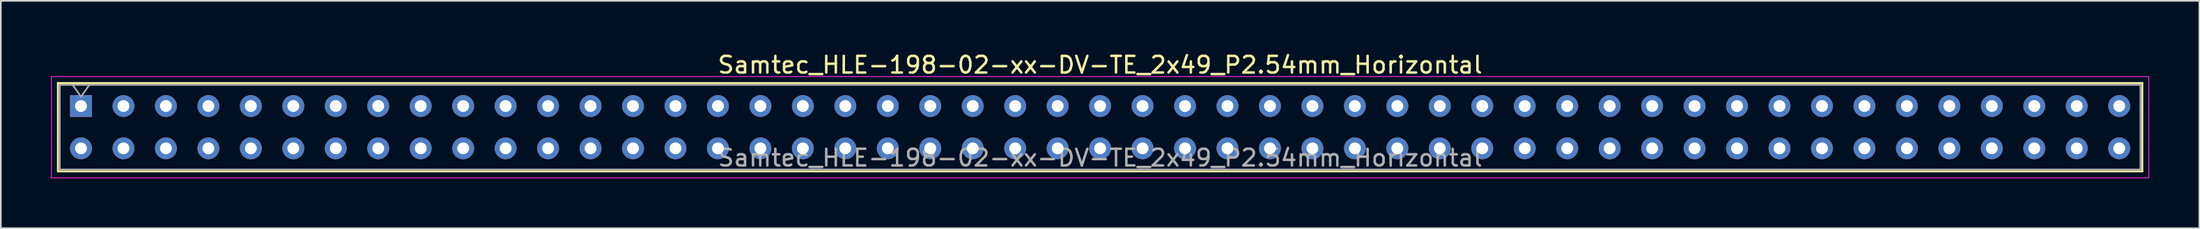
<source format=kicad_pcb>
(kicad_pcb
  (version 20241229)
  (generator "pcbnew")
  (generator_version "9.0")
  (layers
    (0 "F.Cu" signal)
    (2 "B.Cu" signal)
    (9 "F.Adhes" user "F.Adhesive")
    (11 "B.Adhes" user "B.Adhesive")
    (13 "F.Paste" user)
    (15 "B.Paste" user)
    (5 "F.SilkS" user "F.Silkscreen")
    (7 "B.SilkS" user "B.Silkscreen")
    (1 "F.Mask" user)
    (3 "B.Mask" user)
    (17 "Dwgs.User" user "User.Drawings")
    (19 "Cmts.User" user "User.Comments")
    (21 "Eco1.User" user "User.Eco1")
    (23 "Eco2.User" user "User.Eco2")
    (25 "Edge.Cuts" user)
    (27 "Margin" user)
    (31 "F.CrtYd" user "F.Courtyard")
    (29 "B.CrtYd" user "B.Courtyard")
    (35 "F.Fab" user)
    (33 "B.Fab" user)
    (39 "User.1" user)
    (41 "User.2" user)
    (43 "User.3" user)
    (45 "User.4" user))
  (footprint "Samtec_HLE-198-02-xx-DV-TE_2x49_P2.54mm_Horizontal"
    (layer "F.Cu")
    (at 1.795 3.318)
    (property "Reference" "Samtec_HLE-198-02-xx-DV-TE_2x49_P2.54mm_Horizontal" (at 60.96 -2.47 0) (layer "F.SilkS") (effects (font (size 1 1) (thickness 0.15))))
    (attr through_hole)
    (fp_line (start -1.38 -1.38) (end 123.3 -1.38) (stroke (width 0.12) (type solid)) (layer "F.SilkS"))
    (fp_line (start -1.38 3.92) (end -1.38 -1.38) (stroke (width 0.12) (type solid)) (layer "F.SilkS"))
    (fp_line (start 123.3 -1.38) (end 123.3 3.92) (stroke (width 0.12) (type solid)) (layer "F.SilkS"))
    (fp_line (start 123.3 3.92) (end -1.38 3.92) (stroke (width 0.12) (type solid)) (layer "F.SilkS"))
    (fp_line (start -1.77 -1.77) (end 123.69 -1.77) (stroke (width 0.05) (type solid)) (layer "F.CrtYd"))
    (fp_line (start -1.77 4.31) (end -1.77 -1.77) (stroke (width 0.05) (type solid)) (layer "F.CrtYd"))
    (fp_line (start 123.69 -1.77) (end 123.69 4.31) (stroke (width 0.05) (type solid)) (layer "F.CrtYd"))
    (fp_line (start 123.69 4.31) (end -1.77 4.31) (stroke (width 0.05) (type solid)) (layer "F.CrtYd"))
    (fp_line (start -1.27 -1.27) (end 123.19 -1.27) (stroke (width 0.1) (type solid)) (layer "F.Fab"))
    (fp_line (start -1.27 3.81) (end -1.27 -1.27) (stroke (width 0.1) (type solid)) (layer "F.Fab"))
    (fp_line (start -0.5 -1.27) (end 0 -0.563) (stroke (width 0.1) (type solid)) (layer "F.Fab"))
    (fp_line (start 0 -0.563) (end 0.5 -1.27) (stroke (width 0.1) (type solid)) (layer "F.Fab"))
    (fp_line (start 123.19 -1.27) (end 123.19 3.81) (stroke (width 0.1) (type solid)) (layer "F.Fab"))
    (fp_line (start 123.19 3.81) (end -1.27 3.81) (stroke (width 0.1) (type solid)) (layer "F.Fab"))
    (fp_text user "${REFERENCE}" (at 60.96 3.11 0) (layer "F.Fab") (effects (font (size 1 1) (thickness 0.15))))
    (pad "1" thru_hole rect (at 0 0) (size 1.31 1.31) (drill 0.71) (layers "*.Cu" "*.Mask"))
    (pad "2" thru_hole circle (at 0 2.54) (size 1.31 1.31) (drill 0.71) (layers "*.Cu" "*.Mask"))
    (pad "3" thru_hole circle (at 2.54 0) (size 1.31 1.31) (drill 0.71) (layers "*.Cu" "*.Mask"))
    (pad "4" thru_hole circle (at 2.54 2.54) (size 1.31 1.31) (drill 0.71) (layers "*.Cu" "*.Mask"))
    (pad "5" thru_hole circle (at 5.08 0) (size 1.31 1.31) (drill 0.71) (layers "*.Cu" "*.Mask"))
    (pad "6" thru_hole circle (at 5.08 2.54) (size 1.31 1.31) (drill 0.71) (layers "*.Cu" "*.Mask"))
    (pad "7" thru_hole circle (at 7.62 0) (size 1.31 1.31) (drill 0.71) (layers "*.Cu" "*.Mask"))
    (pad "8" thru_hole circle (at 7.62 2.54) (size 1.31 1.31) (drill 0.71) (layers "*.Cu" "*.Mask"))
    (pad "9" thru_hole circle (at 10.16 0) (size 1.31 1.31) (drill 0.71) (layers "*.Cu" "*.Mask"))
    (pad "10" thru_hole circle (at 10.16 2.54) (size 1.31 1.31) (drill 0.71) (layers "*.Cu" "*.Mask"))
    (pad "11" thru_hole circle (at 12.7 0) (size 1.31 1.31) (drill 0.71) (layers "*.Cu" "*.Mask"))
    (pad "12" thru_hole circle (at 12.7 2.54) (size 1.31 1.31) (drill 0.71) (layers "*.Cu" "*.Mask"))
    (pad "13" thru_hole circle (at 15.24 0) (size 1.31 1.31) (drill 0.71) (layers "*.Cu" "*.Mask"))
    (pad "14" thru_hole circle (at 15.24 2.54) (size 1.31 1.31) (drill 0.71) (layers "*.Cu" "*.Mask"))
    (pad "15" thru_hole circle (at 17.78 0) (size 1.31 1.31) (drill 0.71) (layers "*.Cu" "*.Mask"))
    (pad "16" thru_hole circle (at 17.78 2.54) (size 1.31 1.31) (drill 0.71) (layers "*.Cu" "*.Mask"))
    (pad "17" thru_hole circle (at 20.32 0) (size 1.31 1.31) (drill 0.71) (layers "*.Cu" "*.Mask"))
    (pad "18" thru_hole circle (at 20.32 2.54) (size 1.31 1.31) (drill 0.71) (layers "*.Cu" "*.Mask"))
    (pad "19" thru_hole circle (at 22.86 0) (size 1.31 1.31) (drill 0.71) (layers "*.Cu" "*.Mask"))
    (pad "20" thru_hole circle (at 22.86 2.54) (size 1.31 1.31) (drill 0.71) (layers "*.Cu" "*.Mask"))
    (pad "21" thru_hole circle (at 25.4 0) (size 1.31 1.31) (drill 0.71) (layers "*.Cu" "*.Mask"))
    (pad "22" thru_hole circle (at 25.4 2.54) (size 1.31 1.31) (drill 0.71) (layers "*.Cu" "*.Mask"))
    (pad "23" thru_hole circle (at 27.94 0) (size 1.31 1.31) (drill 0.71) (layers "*.Cu" "*.Mask"))
    (pad "24" thru_hole circle (at 27.94 2.54) (size 1.31 1.31) (drill 0.71) (layers "*.Cu" "*.Mask"))
    (pad "25" thru_hole circle (at 30.48 0) (size 1.31 1.31) (drill 0.71) (layers "*.Cu" "*.Mask"))
    (pad "26" thru_hole circle (at 30.48 2.54) (size 1.31 1.31) (drill 0.71) (layers "*.Cu" "*.Mask"))
    (pad "27" thru_hole circle (at 33.02 0) (size 1.31 1.31) (drill 0.71) (layers "*.Cu" "*.Mask"))
    (pad "28" thru_hole circle (at 33.02 2.54) (size 1.31 1.31) (drill 0.71) (layers "*.Cu" "*.Mask"))
    (pad "29" thru_hole circle (at 35.56 0) (size 1.31 1.31) (drill 0.71) (layers "*.Cu" "*.Mask"))
    (pad "30" thru_hole circle (at 35.56 2.54) (size 1.31 1.31) (drill 0.71) (layers "*.Cu" "*.Mask"))
    (pad "31" thru_hole circle (at 38.1 0) (size 1.31 1.31) (drill 0.71) (layers "*.Cu" "*.Mask"))
    (pad "32" thru_hole circle (at 38.1 2.54) (size 1.31 1.31) (drill 0.71) (layers "*.Cu" "*.Mask"))
    (pad "33" thru_hole circle (at 40.64 0) (size 1.31 1.31) (drill 0.71) (layers "*.Cu" "*.Mask"))
    (pad "34" thru_hole circle (at 40.64 2.54) (size 1.31 1.31) (drill 0.71) (layers "*.Cu" "*.Mask"))
    (pad "35" thru_hole circle (at 43.18 0) (size 1.31 1.31) (drill 0.71) (layers "*.Cu" "*.Mask"))
    (pad "36" thru_hole circle (at 43.18 2.54) (size 1.31 1.31) (drill 0.71) (layers "*.Cu" "*.Mask"))
    (pad "37" thru_hole circle (at 45.72 0) (size 1.31 1.31) (drill 0.71) (layers "*.Cu" "*.Mask"))
    (pad "38" thru_hole circle (at 45.72 2.54) (size 1.31 1.31) (drill 0.71) (layers "*.Cu" "*.Mask"))
    (pad "39" thru_hole circle (at 48.26 0) (size 1.31 1.31) (drill 0.71) (layers "*.Cu" "*.Mask"))
    (pad "40" thru_hole circle (at 48.26 2.54) (size 1.31 1.31) (drill 0.71) (layers "*.Cu" "*.Mask"))
    (pad "41" thru_hole circle (at 50.8 0) (size 1.31 1.31) (drill 0.71) (layers "*.Cu" "*.Mask"))
    (pad "42" thru_hole circle (at 50.8 2.54) (size 1.31 1.31) (drill 0.71) (layers "*.Cu" "*.Mask"))
    (pad "43" thru_hole circle (at 53.34 0) (size 1.31 1.31) (drill 0.71) (layers "*.Cu" "*.Mask"))
    (pad "44" thru_hole circle (at 53.34 2.54) (size 1.31 1.31) (drill 0.71) (layers "*.Cu" "*.Mask"))
    (pad "45" thru_hole circle (at 55.88 0) (size 1.31 1.31) (drill 0.71) (layers "*.Cu" "*.Mask"))
    (pad "46" thru_hole circle (at 55.88 2.54) (size 1.31 1.31) (drill 0.71) (layers "*.Cu" "*.Mask"))
    (pad "47" thru_hole circle (at 58.42 0) (size 1.31 1.31) (drill 0.71) (layers "*.Cu" "*.Mask"))
    (pad "48" thru_hole circle (at 58.42 2.54) (size 1.31 1.31) (drill 0.71) (layers "*.Cu" "*.Mask"))
    (pad "49" thru_hole circle (at 60.96 0) (size 1.31 1.31) (drill 0.71) (layers "*.Cu" "*.Mask"))
    (pad "50" thru_hole circle (at 60.96 2.54) (size 1.31 1.31) (drill 0.71) (layers "*.Cu" "*.Mask"))
    (pad "51" thru_hole circle (at 63.5 0) (size 1.31 1.31) (drill 0.71) (layers "*.Cu" "*.Mask"))
    (pad "52" thru_hole circle (at 63.5 2.54) (size 1.31 1.31) (drill 0.71) (layers "*.Cu" "*.Mask"))
    (pad "53" thru_hole circle (at 66.04 0) (size 1.31 1.31) (drill 0.71) (layers "*.Cu" "*.Mask"))
    (pad "54" thru_hole circle (at 66.04 2.54) (size 1.31 1.31) (drill 0.71) (layers "*.Cu" "*.Mask"))
    (pad "55" thru_hole circle (at 68.58 0) (size 1.31 1.31) (drill 0.71) (layers "*.Cu" "*.Mask"))
    (pad "56" thru_hole circle (at 68.58 2.54) (size 1.31 1.31) (drill 0.71) (layers "*.Cu" "*.Mask"))
    (pad "57" thru_hole circle (at 71.12 0) (size 1.31 1.31) (drill 0.71) (layers "*.Cu" "*.Mask"))
    (pad "58" thru_hole circle (at 71.12 2.54) (size 1.31 1.31) (drill 0.71) (layers "*.Cu" "*.Mask"))
    (pad "59" thru_hole circle (at 73.66 0) (size 1.31 1.31) (drill 0.71) (layers "*.Cu" "*.Mask"))
    (pad "60" thru_hole circle (at 73.66 2.54) (size 1.31 1.31) (drill 0.71) (layers "*.Cu" "*.Mask"))
    (pad "61" thru_hole circle (at 76.2 0) (size 1.31 1.31) (drill 0.71) (layers "*.Cu" "*.Mask"))
    (pad "62" thru_hole circle (at 76.2 2.54) (size 1.31 1.31) (drill 0.71) (layers "*.Cu" "*.Mask"))
    (pad "63" thru_hole circle (at 78.74 0) (size 1.31 1.31) (drill 0.71) (layers "*.Cu" "*.Mask"))
    (pad "64" thru_hole circle (at 78.74 2.54) (size 1.31 1.31) (drill 0.71) (layers "*.Cu" "*.Mask"))
    (pad "65" thru_hole circle (at 81.28 0) (size 1.31 1.31) (drill 0.71) (layers "*.Cu" "*.Mask"))
    (pad "66" thru_hole circle (at 81.28 2.54) (size 1.31 1.31) (drill 0.71) (layers "*.Cu" "*.Mask"))
    (pad "67" thru_hole circle (at 83.82 0) (size 1.31 1.31) (drill 0.71) (layers "*.Cu" "*.Mask"))
    (pad "68" thru_hole circle (at 83.82 2.54) (size 1.31 1.31) (drill 0.71) (layers "*.Cu" "*.Mask"))
    (pad "69" thru_hole circle (at 86.36 0) (size 1.31 1.31) (drill 0.71) (layers "*.Cu" "*.Mask"))
    (pad "70" thru_hole circle (at 86.36 2.54) (size 1.31 1.31) (drill 0.71) (layers "*.Cu" "*.Mask"))
    (pad "71" thru_hole circle (at 88.9 0) (size 1.31 1.31) (drill 0.71) (layers "*.Cu" "*.Mask"))
    (pad "72" thru_hole circle (at 88.9 2.54) (size 1.31 1.31) (drill 0.71) (layers "*.Cu" "*.Mask"))
    (pad "73" thru_hole circle (at 91.44 0) (size 1.31 1.31) (drill 0.71) (layers "*.Cu" "*.Mask"))
    (pad "74" thru_hole circle (at 91.44 2.54) (size 1.31 1.31) (drill 0.71) (layers "*.Cu" "*.Mask"))
    (pad "75" thru_hole circle (at 93.98 0) (size 1.31 1.31) (drill 0.71) (layers "*.Cu" "*.Mask"))
    (pad "76" thru_hole circle (at 93.98 2.54) (size 1.31 1.31) (drill 0.71) (layers "*.Cu" "*.Mask"))
    (pad "77" thru_hole circle (at 96.52 0) (size 1.31 1.31) (drill 0.71) (layers "*.Cu" "*.Mask"))
    (pad "78" thru_hole circle (at 96.52 2.54) (size 1.31 1.31) (drill 0.71) (layers "*.Cu" "*.Mask"))
    (pad "79" thru_hole circle (at 99.06 0) (size 1.31 1.31) (drill 0.71) (layers "*.Cu" "*.Mask"))
    (pad "80" thru_hole circle (at 99.06 2.54) (size 1.31 1.31) (drill 0.71) (layers "*.Cu" "*.Mask"))
    (pad "81" thru_hole circle (at 101.6 0) (size 1.31 1.31) (drill 0.71) (layers "*.Cu" "*.Mask"))
    (pad "82" thru_hole circle (at 101.6 2.54) (size 1.31 1.31) (drill 0.71) (layers "*.Cu" "*.Mask"))
    (pad "83" thru_hole circle (at 104.14 0) (size 1.31 1.31) (drill 0.71) (layers "*.Cu" "*.Mask"))
    (pad "84" thru_hole circle (at 104.14 2.54) (size 1.31 1.31) (drill 0.71) (layers "*.Cu" "*.Mask"))
    (pad "85" thru_hole circle (at 106.68 0) (size 1.31 1.31) (drill 0.71) (layers "*.Cu" "*.Mask"))
    (pad "86" thru_hole circle (at 106.68 2.54) (size 1.31 1.31) (drill 0.71) (layers "*.Cu" "*.Mask"))
    (pad "87" thru_hole circle (at 109.22 0) (size 1.31 1.31) (drill 0.71) (layers "*.Cu" "*.Mask"))
    (pad "88" thru_hole circle (at 109.22 2.54) (size 1.31 1.31) (drill 0.71) (layers "*.Cu" "*.Mask"))
    (pad "89" thru_hole circle (at 111.76 0) (size 1.31 1.31) (drill 0.71) (layers "*.Cu" "*.Mask"))
    (pad "90" thru_hole circle (at 111.76 2.54) (size 1.31 1.31) (drill 0.71) (layers "*.Cu" "*.Mask"))
    (pad "91" thru_hole circle (at 114.3 0) (size 1.31 1.31) (drill 0.71) (layers "*.Cu" "*.Mask"))
    (pad "92" thru_hole circle (at 114.3 2.54) (size 1.31 1.31) (drill 0.71) (layers "*.Cu" "*.Mask"))
    (pad "93" thru_hole circle (at 116.84 0) (size 1.31 1.31) (drill 0.71) (layers "*.Cu" "*.Mask"))
    (pad "94" thru_hole circle (at 116.84 2.54) (size 1.31 1.31) (drill 0.71) (layers "*.Cu" "*.Mask"))
    (pad "95" thru_hole circle (at 119.38 0) (size 1.31 1.31) (drill 0.71) (layers "*.Cu" "*.Mask"))
    (pad "96" thru_hole circle (at 119.38 2.54) (size 1.31 1.31) (drill 0.71) (layers "*.Cu" "*.Mask"))
    (pad "97" thru_hole circle (at 121.92 0) (size 1.31 1.31) (drill 0.71) (layers "*.Cu" "*.Mask"))
    (pad "98" thru_hole circle (at 121.92 2.54) (size 1.31 1.31) (drill 0.71) (layers "*.Cu" "*.Mask")))
  (gr_rect
    (start -3 -3)
    (end 128.51 10.653)
    (stroke (width 0.1) (type default))
    (fill no)
    (layer "Edge.Cuts")))
</source>
